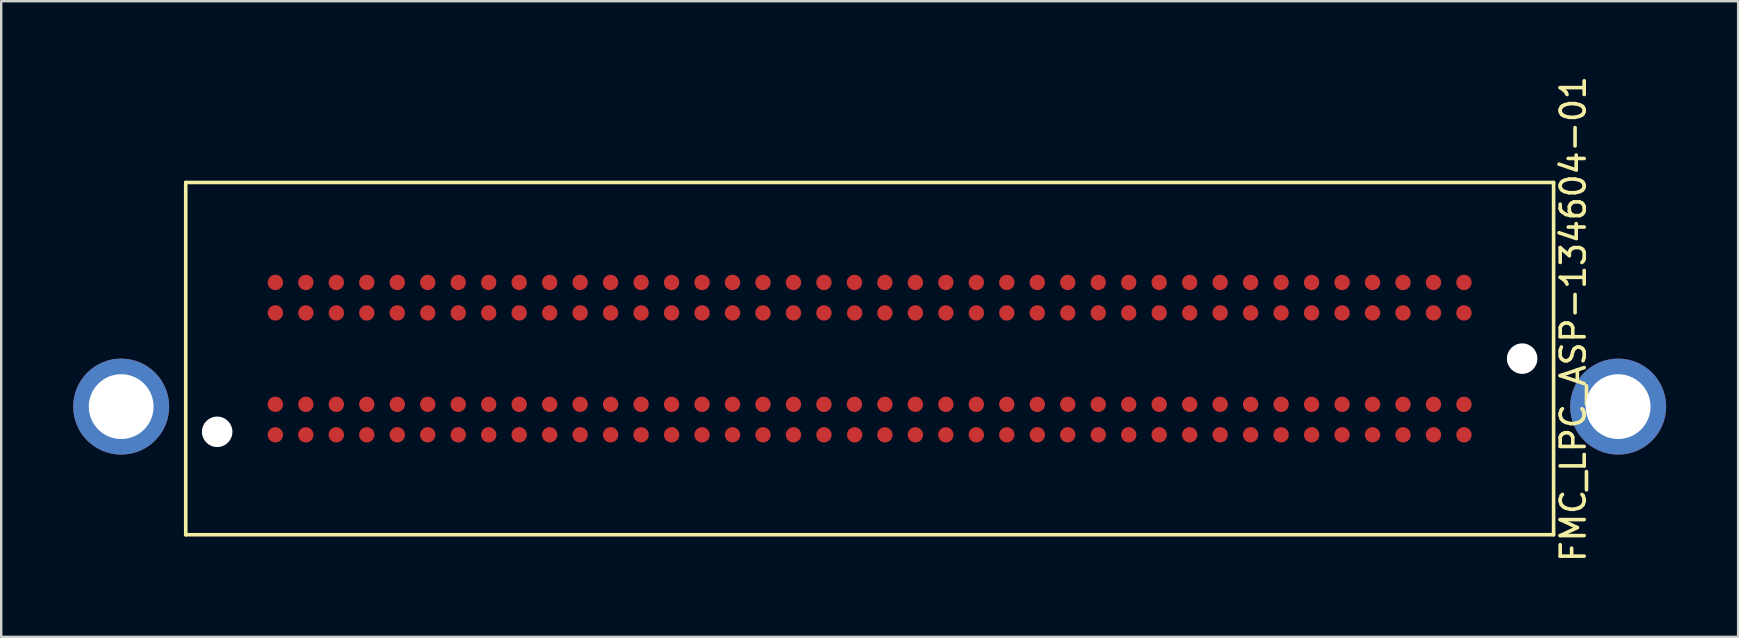
<source format=kicad_pcb>
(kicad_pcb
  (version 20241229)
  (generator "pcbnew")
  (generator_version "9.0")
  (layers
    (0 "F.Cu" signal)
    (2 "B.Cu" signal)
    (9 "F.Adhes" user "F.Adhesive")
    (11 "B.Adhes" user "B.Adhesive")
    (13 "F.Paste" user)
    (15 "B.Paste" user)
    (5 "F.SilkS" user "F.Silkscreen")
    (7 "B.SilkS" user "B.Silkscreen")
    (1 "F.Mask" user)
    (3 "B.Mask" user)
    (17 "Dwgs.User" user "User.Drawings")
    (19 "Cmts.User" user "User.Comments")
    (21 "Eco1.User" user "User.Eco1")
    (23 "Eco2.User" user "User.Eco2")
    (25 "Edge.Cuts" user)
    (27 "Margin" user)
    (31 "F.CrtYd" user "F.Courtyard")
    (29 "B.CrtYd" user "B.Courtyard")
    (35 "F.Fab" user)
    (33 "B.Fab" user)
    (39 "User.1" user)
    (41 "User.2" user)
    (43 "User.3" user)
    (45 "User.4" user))
  (footprint "FMC_LPC_ASP-134604-01"
    (layer "F.Cu")
    (at 33.19 11.894)
    (property "Reference" "FMC_LPC_ASP-134604-01" (at 29.32 -1.65 270) (layer "F.SilkS") (effects (font (size 1 1) (thickness 0.15))))
    (attr smd)
    (fp_line (start -28.5 -7.34) (end -28.5 7.34) (stroke (width 0.15) (type solid)) (layer "F.SilkS"))
    (fp_line (start -28.5 -7.34) (end 28.5 -7.34) (stroke (width 0.15) (type solid)) (layer "F.SilkS"))
    (fp_line (start 28.5 -7.34) (end 28.5 7.34) (stroke (width 0.15) (type solid)) (layer "F.SilkS"))
    (fp_line (start 28.5 7.34) (end -28.5 7.34) (stroke (width 0.15) (type solid)) (layer "F.SilkS"))
    (pad "" np_thru_hole circle (at -27.19 3.05) (size 1.27 1.27) (drill 1.27) (layers "*.Cu" "*.Mask"))
    (pad "" np_thru_hole circle (at 27.19 0) (size 1.27 1.27) (drill 1.27) (layers "*.Cu" "*.Mask"))
    (pad "C01" smd circle (at 24.765 -3.175) (size 0.64 0.64) (layers "F.Cu" "F.Mask" "F.Paste"))
    (pad "C01" thru_hole circle (at 31.19 2) (size 4 4) (drill 2.7) (layers "*.Cu" "*.Mask"))
    (pad "C02" smd circle (at 23.495 -3.175) (size 0.64 0.64) (layers "F.Cu" "F.Mask" "F.Paste"))
    (pad "C03" smd circle (at 22.225 -3.175) (size 0.64 0.64) (layers "F.Cu" "F.Mask" "F.Paste"))
    (pad "C04" smd circle (at 20.955 -3.175) (size 0.64 0.64) (layers "F.Cu" "F.Mask" "F.Paste"))
    (pad "C05" smd circle (at 19.685 -3.175) (size 0.64 0.64) (layers "F.Cu" "F.Mask" "F.Paste"))
    (pad "C06" smd circle (at 18.415 -3.175) (size 0.64 0.64) (layers "F.Cu" "F.Mask" "F.Paste"))
    (pad "C07" smd circle (at 17.145 -3.175) (size 0.64 0.64) (layers "F.Cu" "F.Mask" "F.Paste"))
    (pad "C08" smd circle (at 15.875 -3.175) (size 0.64 0.64) (layers "F.Cu" "F.Mask" "F.Paste"))
    (pad "C09" smd circle (at 14.605 -3.175) (size 0.64 0.64) (layers "F.Cu" "F.Mask" "F.Paste"))
    (pad "C10" smd circle (at 13.335 -3.175) (size 0.64 0.64) (layers "F.Cu" "F.Mask" "F.Paste"))
    (pad "C11" smd circle (at 12.065 -3.175) (size 0.64 0.64) (layers "F.Cu" "F.Mask" "F.Paste"))
    (pad "C12" smd circle (at 10.795 -3.175) (size 0.64 0.64) (layers "F.Cu" "F.Mask" "F.Paste"))
    (pad "C13" smd circle (at 9.525 -3.175) (size 0.64 0.64) (layers "F.Cu" "F.Mask" "F.Paste"))
    (pad "C14" smd circle (at 8.255 -3.175) (size 0.64 0.64) (layers "F.Cu" "F.Mask" "F.Paste"))
    (pad "C15" smd circle (at 6.985 -3.175) (size 0.64 0.64) (layers "F.Cu" "F.Mask" "F.Paste"))
    (pad "C16" smd circle (at 5.715 -3.175) (size 0.64 0.64) (layers "F.Cu" "F.Mask" "F.Paste"))
    (pad "C17" smd circle (at 4.445 -3.175) (size 0.64 0.64) (layers "F.Cu" "F.Mask" "F.Paste"))
    (pad "C18" smd circle (at 3.175 -3.175) (size 0.64 0.64) (layers "F.Cu" "F.Mask" "F.Paste"))
    (pad "C19" smd circle (at 1.905 -3.175) (size 0.64 0.64) (layers "F.Cu" "F.Mask" "F.Paste"))
    (pad "C20" smd circle (at 0.635 -3.175) (size 0.64 0.64) (layers "F.Cu" "F.Mask" "F.Paste"))
    (pad "C21" smd circle (at -0.635 -3.175) (size 0.64 0.64) (layers "F.Cu" "F.Mask" "F.Paste"))
    (pad "C22" smd circle (at -1.905 -3.175) (size 0.64 0.64) (layers "F.Cu" "F.Mask" "F.Paste"))
    (pad "C23" smd circle (at -3.175 -3.175) (size 0.64 0.64) (layers "F.Cu" "F.Mask" "F.Paste"))
    (pad "C24" smd circle (at -4.445 -3.175) (size 0.64 0.64) (layers "F.Cu" "F.Mask" "F.Paste"))
    (pad "C25" smd circle (at -5.715 -3.175) (size 0.64 0.64) (layers "F.Cu" "F.Mask" "F.Paste"))
    (pad "C26" smd circle (at -6.985 -3.175) (size 0.64 0.64) (layers "F.Cu" "F.Mask" "F.Paste"))
    (pad "C27" smd circle (at -8.255 -3.175) (size 0.64 0.64) (layers "F.Cu" "F.Mask" "F.Paste"))
    (pad "C28" smd circle (at -9.525 -3.175) (size 0.64 0.64) (layers "F.Cu" "F.Mask" "F.Paste"))
    (pad "C29" smd circle (at -10.795 -3.175) (size 0.64 0.64) (layers "F.Cu" "F.Mask" "F.Paste"))
    (pad "C30" smd circle (at -12.065 -3.175) (size 0.64 0.64) (layers "F.Cu" "F.Mask" "F.Paste"))
    (pad "C31" smd circle (at -13.335 -3.175) (size 0.64 0.64) (layers "F.Cu" "F.Mask" "F.Paste"))
    (pad "C32" smd circle (at -14.605 -3.175) (size 0.64 0.64) (layers "F.Cu" "F.Mask" "F.Paste"))
    (pad "C33" smd circle (at -15.875 -3.175) (size 0.64 0.64) (layers "F.Cu" "F.Mask" "F.Paste"))
    (pad "C34" smd circle (at -17.145 -3.175) (size 0.64 0.64) (layers "F.Cu" "F.Mask" "F.Paste"))
    (pad "C35" smd circle (at -18.415 -3.175) (size 0.64 0.64) (layers "F.Cu" "F.Mask" "F.Paste"))
    (pad "C36" smd circle (at -19.685 -3.175) (size 0.64 0.64) (layers "F.Cu" "F.Mask" "F.Paste"))
    (pad "C37" smd circle (at -20.955 -3.175) (size 0.64 0.64) (layers "F.Cu" "F.Mask" "F.Paste"))
    (pad "C38" smd circle (at -22.225 -3.175) (size 0.64 0.64) (layers "F.Cu" "F.Mask" "F.Paste"))
    (pad "C39" smd circle (at -23.495 -3.175) (size 0.64 0.64) (layers "F.Cu" "F.Mask" "F.Paste"))
    (pad "C40" smd circle (at -24.765 -3.175) (size 0.64 0.64) (layers "F.Cu" "F.Mask" "F.Paste"))
    (pad "D01" smd circle (at 24.765 -1.905) (size 0.64 0.64) (layers "F.Cu" "F.Mask" "F.Paste"))
    (pad "D02" smd circle (at 23.495 -1.905) (size 0.64 0.64) (layers "F.Cu" "F.Mask" "F.Paste"))
    (pad "D03" smd circle (at 22.225 -1.905) (size 0.64 0.64) (layers "F.Cu" "F.Mask" "F.Paste"))
    (pad "D04" smd circle (at 20.955 -1.905) (size 0.64 0.64) (layers "F.Cu" "F.Mask" "F.Paste"))
    (pad "D05" smd circle (at 19.685 -1.905) (size 0.64 0.64) (layers "F.Cu" "F.Mask" "F.Paste"))
    (pad "D06" smd circle (at 18.415 -1.905) (size 0.64 0.64) (layers "F.Cu" "F.Mask" "F.Paste"))
    (pad "D07" smd circle (at 17.145 -1.905) (size 0.64 0.64) (layers "F.Cu" "F.Mask" "F.Paste"))
    (pad "D08" smd circle (at 15.875 -1.905) (size 0.64 0.64) (layers "F.Cu" "F.Mask" "F.Paste"))
    (pad "D09" smd circle (at 14.605 -1.905) (size 0.64 0.64) (layers "F.Cu" "F.Mask" "F.Paste"))
    (pad "D10" smd circle (at 13.335 -1.905) (size 0.64 0.64) (layers "F.Cu" "F.Mask" "F.Paste"))
    (pad "D11" smd circle (at 12.065 -1.905) (size 0.64 0.64) (layers "F.Cu" "F.Mask" "F.Paste"))
    (pad "D12" smd circle (at 10.795 -1.905) (size 0.64 0.64) (layers "F.Cu" "F.Mask" "F.Paste"))
    (pad "D13" smd circle (at 9.525 -1.905) (size 0.64 0.64) (layers "F.Cu" "F.Mask" "F.Paste"))
    (pad "D14" smd circle (at 8.255 -1.905) (size 0.64 0.64) (layers "F.Cu" "F.Mask" "F.Paste"))
    (pad "D15" smd circle (at 6.985 -1.905) (size 0.64 0.64) (layers "F.Cu" "F.Mask" "F.Paste"))
    (pad "D16" smd circle (at 5.715 -1.905) (size 0.64 0.64) (layers "F.Cu" "F.Mask" "F.Paste"))
    (pad "D17" smd circle (at 4.445 -1.905) (size 0.64 0.64) (layers "F.Cu" "F.Mask" "F.Paste"))
    (pad "D18" smd circle (at 3.175 -1.905) (size 0.64 0.64) (layers "F.Cu" "F.Mask" "F.Paste"))
    (pad "D19" smd circle (at 1.905 -1.905) (size 0.64 0.64) (layers "F.Cu" "F.Mask" "F.Paste"))
    (pad "D20" smd circle (at 0.635 -1.905) (size 0.64 0.64) (layers "F.Cu" "F.Mask" "F.Paste"))
    (pad "D21" smd circle (at -0.625 -1.905) (size 0.64 0.64) (layers "F.Cu" "F.Mask" "F.Paste"))
    (pad "D22" smd circle (at -1.905 -1.905) (size 0.64 0.64) (layers "F.Cu" "F.Mask" "F.Paste"))
    (pad "D23" smd circle (at -3.175 -1.905) (size 0.64 0.64) (layers "F.Cu" "F.Mask" "F.Paste"))
    (pad "D24" smd circle (at -4.445 -1.905) (size 0.64 0.64) (layers "F.Cu" "F.Mask" "F.Paste"))
    (pad "D25" smd circle (at -5.715 -1.905) (size 0.64 0.64) (layers "F.Cu" "F.Mask" "F.Paste"))
    (pad "D26" smd circle (at -6.985 -1.905) (size 0.64 0.64) (layers "F.Cu" "F.Mask" "F.Paste"))
    (pad "D27" smd circle (at -8.255 -1.905) (size 0.64 0.64) (layers "F.Cu" "F.Mask" "F.Paste"))
    (pad "D28" smd circle (at -9.525 -1.905) (size 0.64 0.64) (layers "F.Cu" "F.Mask" "F.Paste"))
    (pad "D29" smd circle (at -10.795 -1.905) (size 0.64 0.64) (layers "F.Cu" "F.Mask" "F.Paste"))
    (pad "D30" smd circle (at -12.065 -1.905) (size 0.64 0.64) (layers "F.Cu" "F.Mask" "F.Paste"))
    (pad "D31" smd circle (at -13.335 -1.905) (size 0.64 0.64) (layers "F.Cu" "F.Mask" "F.Paste"))
    (pad "D32" smd circle (at -14.605 -1.905) (size 0.64 0.64) (layers "F.Cu" "F.Mask" "F.Paste"))
    (pad "D33" smd circle (at -15.875 -1.905) (size 0.64 0.64) (layers "F.Cu" "F.Mask" "F.Paste"))
    (pad "D34" smd circle (at -17.145 -1.905) (size 0.64 0.64) (layers "F.Cu" "F.Mask" "F.Paste"))
    (pad "D35" smd circle (at -18.415 -1.905) (size 0.64 0.64) (layers "F.Cu" "F.Mask" "F.Paste"))
    (pad "D36" smd circle (at -19.685 -1.905) (size 0.64 0.64) (layers "F.Cu" "F.Mask" "F.Paste"))
    (pad "D37" smd circle (at -20.955 -1.905) (size 0.64 0.64) (layers "F.Cu" "F.Mask" "F.Paste"))
    (pad "D38" smd circle (at -22.225 -1.905) (size 0.64 0.64) (layers "F.Cu" "F.Mask" "F.Paste"))
    (pad "D39" smd circle (at -23.495 -1.905) (size 0.64 0.64) (layers "F.Cu" "F.Mask" "F.Paste"))
    (pad "D40" smd circle (at -24.765 -1.905) (size 0.64 0.64) (layers "F.Cu" "F.Mask" "F.Paste"))
    (pad "G01" smd circle (at 24.765 1.905) (size 0.64 0.64) (layers "F.Cu" "F.Mask" "F.Paste"))
    (pad "G02" smd circle (at 23.495 1.905) (size 0.64 0.64) (layers "F.Cu" "F.Mask" "F.Paste"))
    (pad "G03" smd circle (at 22.225 1.905) (size 0.64 0.64) (layers "F.Cu" "F.Mask" "F.Paste"))
    (pad "G04" smd circle (at 20.955 1.905) (size 0.64 0.64) (layers "F.Cu" "F.Mask" "F.Paste"))
    (pad "G05" smd circle (at 19.685 1.905) (size 0.64 0.64) (layers "F.Cu" "F.Mask" "F.Paste"))
    (pad "G06" smd circle (at 18.415 1.905) (size 0.64 0.64) (layers "F.Cu" "F.Mask" "F.Paste"))
    (pad "G07" smd circle (at 17.145 1.905) (size 0.64 0.64) (layers "F.Cu" "F.Mask" "F.Paste"))
    (pad "G08" smd circle (at 15.875 1.905) (size 0.64 0.64) (layers "F.Cu" "F.Mask" "F.Paste"))
    (pad "G09" smd circle (at 14.605 1.905) (size 0.64 0.64) (layers "F.Cu" "F.Mask" "F.Paste"))
    (pad "G10" smd circle (at 13.335 1.905) (size 0.64 0.64) (layers "F.Cu" "F.Mask" "F.Paste"))
    (pad "G11" smd circle (at 12.065 1.905) (size 0.64 0.64) (layers "F.Cu" "F.Mask" "F.Paste"))
    (pad "G12" smd circle (at 10.795 1.905) (size 0.64 0.64) (layers "F.Cu" "F.Mask" "F.Paste"))
    (pad "G13" smd circle (at 9.525 1.905) (size 0.64 0.64) (layers "F.Cu" "F.Mask" "F.Paste"))
    (pad "G14" smd circle (at 8.255 1.905) (size 0.64 0.64) (layers "F.Cu" "F.Mask" "F.Paste"))
    (pad "G15" smd circle (at 6.985 1.905) (size 0.64 0.64) (layers "F.Cu" "F.Mask" "F.Paste"))
    (pad "G16" smd circle (at 5.715 1.905) (size 0.64 0.64) (layers "F.Cu" "F.Mask" "F.Paste"))
    (pad "G17" smd circle (at 4.445 1.905) (size 0.64 0.64) (layers "F.Cu" "F.Mask" "F.Paste"))
    (pad "G18" smd circle (at 3.175 1.905) (size 0.64 0.64) (layers "F.Cu" "F.Mask" "F.Paste"))
    (pad "G19" smd circle (at 1.905 1.905) (size 0.64 0.64) (layers "F.Cu" "F.Mask" "F.Paste"))
    (pad "G20" smd circle (at 0.635 1.905) (size 0.64 0.64) (layers "F.Cu" "F.Mask" "F.Paste"))
    (pad "G21" smd circle (at -0.635 1.905) (size 0.64 0.64) (layers "F.Cu" "F.Mask" "F.Paste"))
    (pad "G22" smd circle (at -1.905 1.905) (size 0.64 0.64) (layers "F.Cu" "F.Mask" "F.Paste"))
    (pad "G23" smd circle (at -3.175 1.905) (size 0.64 0.64) (layers "F.Cu" "F.Mask" "F.Paste"))
    (pad "G24" smd circle (at -4.445 1.905) (size 0.64 0.64) (layers "F.Cu" "F.Mask" "F.Paste"))
    (pad "G25" smd circle (at -5.715 1.905) (size 0.64 0.64) (layers "F.Cu" "F.Mask" "F.Paste"))
    (pad "G26" smd circle (at -6.985 1.905) (size 0.64 0.64) (layers "F.Cu" "F.Mask" "F.Paste"))
    (pad "G27" smd circle (at -8.255 1.905) (size 0.64 0.64) (layers "F.Cu" "F.Mask" "F.Paste"))
    (pad "G28" smd circle (at -9.525 1.905) (size 0.64 0.64) (layers "F.Cu" "F.Mask" "F.Paste"))
    (pad "G29" smd circle (at -10.795 1.905) (size 0.64 0.64) (layers "F.Cu" "F.Mask" "F.Paste"))
    (pad "G30" smd circle (at -12.065 1.905) (size 0.64 0.64) (layers "F.Cu" "F.Mask" "F.Paste"))
    (pad "G31" smd circle (at -13.335 1.905) (size 0.64 0.64) (layers "F.Cu" "F.Mask" "F.Paste"))
    (pad "G32" smd circle (at -14.605 1.905) (size 0.64 0.64) (layers "F.Cu" "F.Mask" "F.Paste"))
    (pad "G33" smd circle (at -15.875 1.905) (size 0.64 0.64) (layers "F.Cu" "F.Mask" "F.Paste"))
    (pad "G34" smd circle (at -17.145 1.905) (size 0.64 0.64) (layers "F.Cu" "F.Mask" "F.Paste"))
    (pad "G35" smd circle (at -18.415 1.905) (size 0.64 0.64) (layers "F.Cu" "F.Mask" "F.Paste"))
    (pad "G36" smd circle (at -19.685 1.905) (size 0.64 0.64) (layers "F.Cu" "F.Mask" "F.Paste"))
    (pad "G37" smd circle (at -20.955 1.905) (size 0.64 0.64) (layers "F.Cu" "F.Mask" "F.Paste"))
    (pad "G38" smd circle (at -22.225 1.905) (size 0.64 0.64) (layers "F.Cu" "F.Mask" "F.Paste"))
    (pad "G39" smd circle (at -23.495 1.905) (size 0.64 0.64) (layers "F.Cu" "F.Mask" "F.Paste"))
    (pad "G40" thru_hole circle (at -31.19 2) (size 4 4) (drill 2.7) (layers "*.Cu" "*.Mask"))
    (pad "G40" smd circle (at -24.765 1.905) (size 0.64 0.64) (layers "F.Cu" "F.Mask" "F.Paste"))
    (pad "H01" smd circle (at 24.765 3.175) (size 0.64 0.64) (layers "F.Cu" "F.Mask" "F.Paste"))
    (pad "H02" smd circle (at 23.495 3.175) (size 0.64 0.64) (layers "F.Cu" "F.Mask" "F.Paste"))
    (pad "H03" smd circle (at 22.225 3.175) (size 0.64 0.64) (layers "F.Cu" "F.Mask" "F.Paste"))
    (pad "H04" smd circle (at 20.955 3.175) (size 0.64 0.64) (layers "F.Cu" "F.Mask" "F.Paste"))
    (pad "H05" smd circle (at 19.685 3.175) (size 0.64 0.64) (layers "F.Cu" "F.Mask" "F.Paste"))
    (pad "H06" smd circle (at 18.415 3.175) (size 0.64 0.64) (layers "F.Cu" "F.Mask" "F.Paste"))
    (pad "H07" smd circle (at 17.145 3.175) (size 0.64 0.64) (layers "F.Cu" "F.Mask" "F.Paste"))
    (pad "H08" smd circle (at 15.875 3.175) (size 0.64 0.64) (layers "F.Cu" "F.Mask" "F.Paste"))
    (pad "H09" smd circle (at 14.605 3.175) (size 0.64 0.64) (layers "F.Cu" "F.Mask" "F.Paste"))
    (pad "H10" smd circle (at 13.335 3.175) (size 0.64 0.64) (layers "F.Cu" "F.Mask" "F.Paste"))
    (pad "H11" smd circle (at 12.065 3.175) (size 0.64 0.64) (layers "F.Cu" "F.Mask" "F.Paste"))
    (pad "H12" smd circle (at 10.795 3.175) (size 0.64 0.64) (layers "F.Cu" "F.Mask" "F.Paste"))
    (pad "H13" smd circle (at 9.525 3.175) (size 0.64 0.64) (layers "F.Cu" "F.Mask" "F.Paste"))
    (pad "H14" smd circle (at 8.255 3.175) (size 0.64 0.64) (layers "F.Cu" "F.Mask" "F.Paste"))
    (pad "H15" smd circle (at 6.985 3.175) (size 0.64 0.64) (layers "F.Cu" "F.Mask" "F.Paste"))
    (pad "H16" smd circle (at 5.715 3.175) (size 0.64 0.64) (layers "F.Cu" "F.Mask" "F.Paste"))
    (pad "H17" smd circle (at 4.445 3.175) (size 0.64 0.64) (layers "F.Cu" "F.Mask" "F.Paste"))
    (pad "H18" smd circle (at 3.175 3.175) (size 0.64 0.64) (layers "F.Cu" "F.Mask" "F.Paste"))
    (pad "H19" smd circle (at 1.905 3.175) (size 0.64 0.64) (layers "F.Cu" "F.Mask" "F.Paste"))
    (pad "H20" smd circle (at 0.635 3.175) (size 0.64 0.64) (layers "F.Cu" "F.Mask" "F.Paste"))
    (pad "H21" smd circle (at -0.625 3.175) (size 0.64 0.64) (layers "F.Cu" "F.Mask" "F.Paste"))
    (pad "H22" smd circle (at -1.905 3.175) (size 0.64 0.64) (layers "F.Cu" "F.Mask" "F.Paste"))
    (pad "H23" smd circle (at -3.175 3.175) (size 0.64 0.64) (layers "F.Cu" "F.Mask" "F.Paste"))
    (pad "H24" smd circle (at -4.445 3.175) (size 0.64 0.64) (layers "F.Cu" "F.Mask" "F.Paste"))
    (pad "H25" smd circle (at -5.715 3.175) (size 0.64 0.64) (layers "F.Cu" "F.Mask" "F.Paste"))
    (pad "H26" smd circle (at -6.985 3.175) (size 0.64 0.64) (layers "F.Cu" "F.Mask" "F.Paste"))
    (pad "H27" smd circle (at -8.255 3.175) (size 0.64 0.64) (layers "F.Cu" "F.Mask" "F.Paste"))
    (pad "H28" smd circle (at -9.525 3.175) (size 0.64 0.64) (layers "F.Cu" "F.Mask" "F.Paste"))
    (pad "H29" smd circle (at -10.795 3.175) (size 0.64 0.64) (layers "F.Cu" "F.Mask" "F.Paste"))
    (pad "H30" smd circle (at -12.065 3.175) (size 0.64 0.64) (layers "F.Cu" "F.Mask" "F.Paste"))
    (pad "H31" smd circle (at -13.335 3.175) (size 0.64 0.64) (layers "F.Cu" "F.Mask" "F.Paste"))
    (pad "H32" smd circle (at -14.605 3.175) (size 0.64 0.64) (layers "F.Cu" "F.Mask" "F.Paste"))
    (pad "H33" smd circle (at -15.875 3.175) (size 0.64 0.64) (layers "F.Cu" "F.Mask" "F.Paste"))
    (pad "H34" smd circle (at -17.145 3.175) (size 0.64 0.64) (layers "F.Cu" "F.Mask" "F.Paste"))
    (pad "H35" smd circle (at -18.415 3.175) (size 0.64 0.64) (layers "F.Cu" "F.Mask" "F.Paste"))
    (pad "H36" smd circle (at -19.685 3.175) (size 0.64 0.64) (layers "F.Cu" "F.Mask" "F.Paste"))
    (pad "H37" smd circle (at -20.955 3.175) (size 0.64 0.64) (layers "F.Cu" "F.Mask" "F.Paste"))
    (pad "H38" smd circle (at -22.225 3.175) (size 0.64 0.64) (layers "F.Cu" "F.Mask" "F.Paste"))
    (pad "H39" smd circle (at -23.495 3.175) (size 0.64 0.64) (layers "F.Cu" "F.Mask" "F.Paste"))
    (pad "H40" smd circle (at -24.765 3.175) (size 0.64 0.64) (layers "F.Cu" "F.Mask" "F.Paste")))
  (gr_rect
    (start -3 -3)
    (end 69.38 23.488)
    (stroke (width 0.1) (type default))
    (fill no)
    (layer "Edge.Cuts")))
</source>
